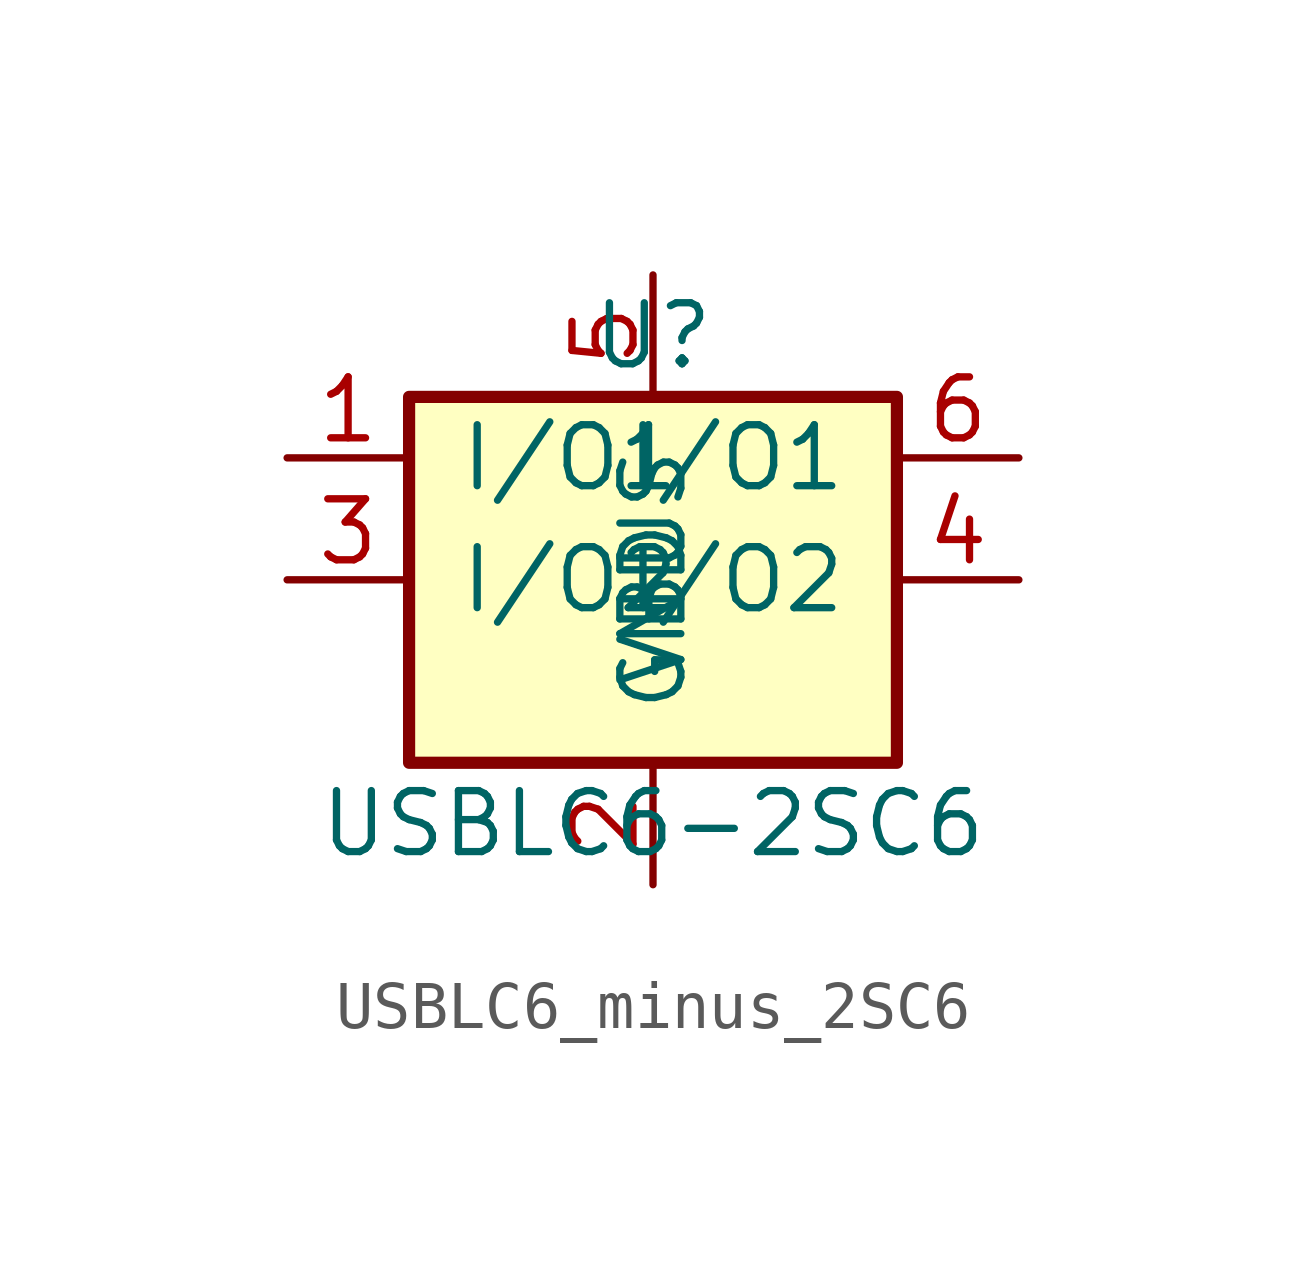
<source format=kicad_sym>
(kicad_symbol_lib
  (version 20240108)
  (generator "custom")
  (symbol "USBLC6_minus_2SC6"
    (pin_names
      (offset 1.016))
    (property "Reference" "U"
      (at 0 5.08 0)
      (effects (font (size 1.27 1.27))))
    (property "Value" "USBLC6-2SC6"
      (at 0 -5.08 0)
      (effects (font (size 1.27 1.27))))
    (symbol "USBLC6_minus_2SC6_0_1"
      (rectangle (start -5.08 3.81) (end 5.08 -3.81) (stroke (width 0.254) (type default)) (fill (type background))))
    (symbol "USBLC6_minus_2SC6_1_1"
      (pin passive line (at -7.62 2.54 0) (length 2.54) (name "I/O1" (effects (font (size 1.27 1.27)))) (number "1" (effects (font (size 1.27 1.27)))))
      (pin power_in line (at 0 -6.35 90) (length 2.54) (name "GND" (effects (font (size 1.27 1.27)))) (number "2" (effects (font (size 1.27 1.27)))))
      (pin passive line (at -7.62 0 0) (length 2.54) (name "I/O2" (effects (font (size 1.27 1.27)))) (number "3" (effects (font (size 1.27 1.27)))))
      (pin passive line (at 7.62 0 180) (length 2.54) (name "I/O2" (effects (font (size 1.27 1.27)))) (number "4" (effects (font (size 1.27 1.27)))))
      (pin power_in line (at 0 6.35 270) (length 2.54) (name "VBUS" (effects (font (size 1.27 1.27)))) (number "5" (effects (font (size 1.27 1.27)))))
      (pin passive line (at 7.62 2.54 180) (length 2.54) (name "I/O1" (effects (font (size 1.27 1.27)))) (number "6" (effects (font (size 1.27 1.27))))))))
</source>
